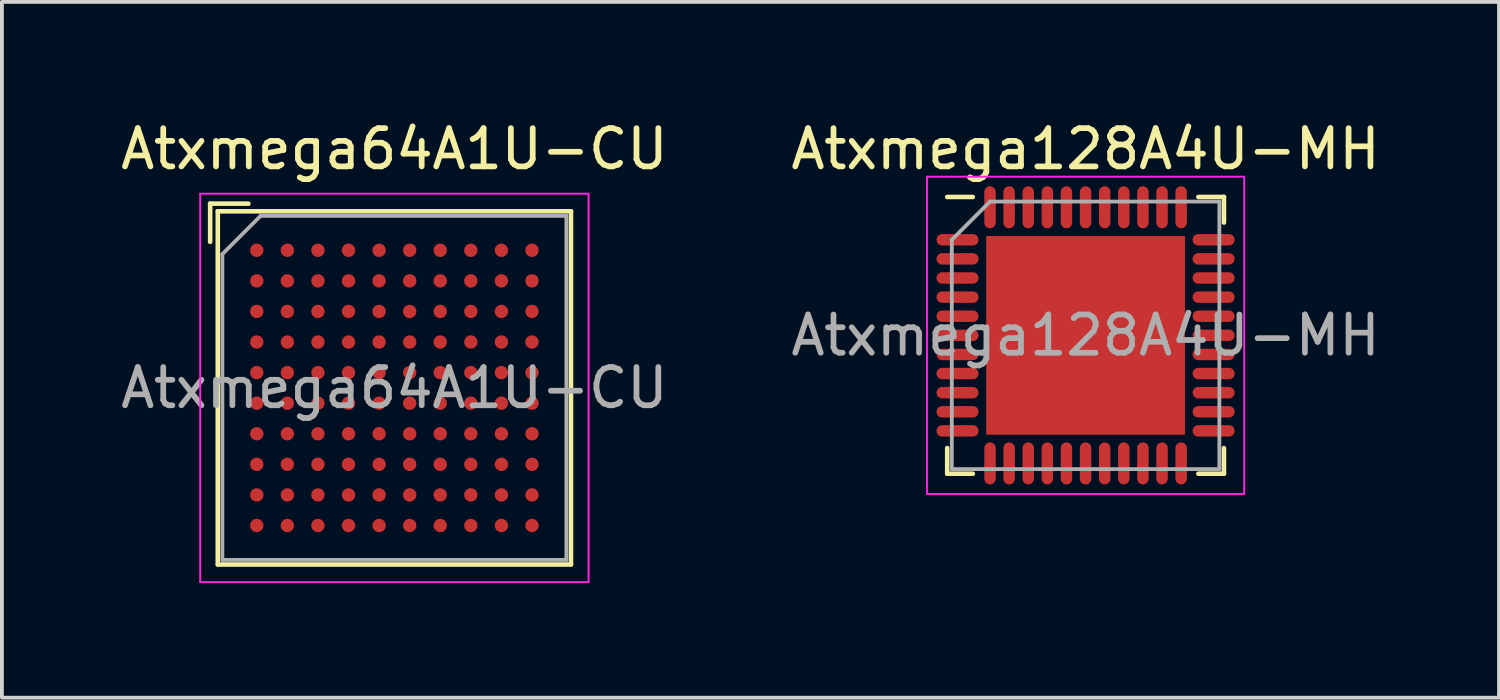
<source format=kicad_pcb>
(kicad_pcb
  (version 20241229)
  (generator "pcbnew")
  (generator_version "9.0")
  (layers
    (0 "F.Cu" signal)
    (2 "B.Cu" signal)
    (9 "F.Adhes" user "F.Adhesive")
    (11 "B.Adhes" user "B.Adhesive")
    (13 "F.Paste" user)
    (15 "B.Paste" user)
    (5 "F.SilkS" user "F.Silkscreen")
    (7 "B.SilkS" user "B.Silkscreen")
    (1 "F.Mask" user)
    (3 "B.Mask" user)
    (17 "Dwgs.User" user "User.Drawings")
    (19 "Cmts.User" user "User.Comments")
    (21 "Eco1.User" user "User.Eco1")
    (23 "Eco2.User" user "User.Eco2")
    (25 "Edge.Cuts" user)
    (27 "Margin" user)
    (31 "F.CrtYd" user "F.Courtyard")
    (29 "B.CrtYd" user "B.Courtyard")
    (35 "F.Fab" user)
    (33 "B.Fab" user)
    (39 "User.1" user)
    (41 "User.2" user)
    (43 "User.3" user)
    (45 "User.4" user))
  (footprint "Atxmega64A1U-CU"
    (layer "F.Cu")
    (at 7.268 7.098)
    (property "Reference" "Atxmega64A1U-CU" (at 0 -6.25 0) (layer "F.SilkS") (effects (font (size 1 1) (thickness 0.15))))
    (attr smd)
    (fp_line (start -4.82 -4.82) (end -3.82 -4.82) (stroke (width 0.12) (type solid)) (layer "F.SilkS"))
    (fp_line (start -4.82 -3.82) (end -4.82 -4.82) (stroke (width 0.12) (type solid)) (layer "F.SilkS"))
    (fp_line (start -4.62 -4.62) (end -4.62 4.62) (stroke (width 0.12) (type solid)) (layer "F.SilkS"))
    (fp_line (start -4.62 4.62) (end 4.62 4.62) (stroke (width 0.12) (type solid)) (layer "F.SilkS"))
    (fp_line (start 4.62 -4.62) (end -4.62 -4.62) (stroke (width 0.12) (type solid)) (layer "F.SilkS"))
    (fp_line (start 4.62 4.62) (end 4.62 -4.62) (stroke (width 0.12) (type solid)) (layer "F.SilkS"))
    (fp_line (start -5.08 -5.08) (end -5.08 5.08) (stroke (width 0.05) (type solid)) (layer "F.CrtYd"))
    (fp_line (start -5.08 -5.08) (end 5.08 -5.08) (stroke (width 0.05) (type solid)) (layer "F.CrtYd"))
    (fp_line (start 5.08 5.08) (end -5.08 5.08) (stroke (width 0.05) (type solid)) (layer "F.CrtYd"))
    (fp_line (start 5.08 5.08) (end 5.08 -5.08) (stroke (width 0.05) (type solid)) (layer "F.CrtYd"))
    (fp_line (start -4.5 -3.5) (end -4.5 4.5) (stroke (width 0.1) (type solid)) (layer "F.Fab"))
    (fp_line (start -4.5 4.5) (end 4.5 4.5) (stroke (width 0.1) (type solid)) (layer "F.Fab"))
    (fp_line (start -3.5 -4.5) (end -4.5 -3.5) (stroke (width 0.1) (type solid)) (layer "F.Fab"))
    (fp_line (start 4.5 -4.5) (end -3.5 -4.5) (stroke (width 0.1) (type solid)) (layer "F.Fab"))
    (fp_line (start 4.5 4.5) (end 4.5 -4.5) (stroke (width 0.1) (type solid)) (layer "F.Fab"))
    (fp_text user "${REFERENCE}" (at 0 0 0) (layer "F.Fab") (effects (font (size 1 1) (thickness 0.15))))
    (pad "A1" smd circle (at -3.6 -3.6) (size 0.35 0.35) (layers "F.Cu" "F.Mask" "F.Paste"))
    (pad "A2" smd circle (at -2.8 -3.6) (size 0.35 0.35) (layers "F.Cu" "F.Mask" "F.Paste"))
    (pad "A3" smd circle (at -2 -3.6) (size 0.35 0.35) (layers "F.Cu" "F.Mask" "F.Paste"))
    (pad "A4" smd circle (at -1.2 -3.6) (size 0.35 0.35) (layers "F.Cu" "F.Mask" "F.Paste"))
    (pad "A5" smd circle (at -0.4 -3.6) (size 0.35 0.35) (layers "F.Cu" "F.Mask" "F.Paste"))
    (pad "A6" smd circle (at 0.4 -3.6) (size 0.35 0.35) (layers "F.Cu" "F.Mask" "F.Paste"))
    (pad "A7" smd circle (at 1.2 -3.6) (size 0.35 0.35) (layers "F.Cu" "F.Mask" "F.Paste"))
    (pad "A8" smd circle (at 2 -3.6) (size 0.35 0.35) (layers "F.Cu" "F.Mask" "F.Paste"))
    (pad "A9" smd circle (at 2.8 -3.6) (size 0.35 0.35) (layers "F.Cu" "F.Mask" "F.Paste"))
    (pad "A10" smd circle (at 3.6 -3.6) (size 0.35 0.35) (layers "F.Cu" "F.Mask" "F.Paste"))
    (pad "B1" smd circle (at -3.6 -2.8) (size 0.35 0.35) (layers "F.Cu" "F.Mask" "F.Paste"))
    (pad "B2" smd circle (at -2.8 -2.8) (size 0.35 0.35) (layers "F.Cu" "F.Mask" "F.Paste"))
    (pad "B3" smd circle (at -2 -2.8) (size 0.35 0.35) (layers "F.Cu" "F.Mask" "F.Paste"))
    (pad "B4" smd circle (at -1.2 -2.8) (size 0.35 0.35) (layers "F.Cu" "F.Mask" "F.Paste"))
    (pad "B5" smd circle (at -0.4 -2.8) (size 0.35 0.35) (layers "F.Cu" "F.Mask" "F.Paste"))
    (pad "B6" smd circle (at 0.4 -2.8) (size 0.35 0.35) (layers "F.Cu" "F.Mask" "F.Paste"))
    (pad "B7" smd circle (at 1.2 -2.8) (size 0.35 0.35) (layers "F.Cu" "F.Mask" "F.Paste"))
    (pad "B8" smd circle (at 2 -2.8) (size 0.35 0.35) (layers "F.Cu" "F.Mask" "F.Paste"))
    (pad "B9" smd circle (at 2.8 -2.8) (size 0.35 0.35) (layers "F.Cu" "F.Mask" "F.Paste"))
    (pad "B10" smd circle (at 3.6 -2.8) (size 0.35 0.35) (layers "F.Cu" "F.Mask" "F.Paste"))
    (pad "C1" smd circle (at -3.6 -2) (size 0.35 0.35) (layers "F.Cu" "F.Mask" "F.Paste"))
    (pad "C2" smd circle (at -2.8 -2) (size 0.35 0.35) (layers "F.Cu" "F.Mask" "F.Paste"))
    (pad "C3" smd circle (at -2 -2) (size 0.35 0.35) (layers "F.Cu" "F.Mask" "F.Paste"))
    (pad "C4" smd circle (at -1.2 -2) (size 0.35 0.35) (layers "F.Cu" "F.Mask" "F.Paste"))
    (pad "C5" smd circle (at -0.4 -2) (size 0.35 0.35) (layers "F.Cu" "F.Mask" "F.Paste"))
    (pad "C6" smd circle (at 0.4 -2) (size 0.35 0.35) (layers "F.Cu" "F.Mask" "F.Paste"))
    (pad "C7" smd circle (at 1.2 -2) (size 0.35 0.35) (layers "F.Cu" "F.Mask" "F.Paste"))
    (pad "C8" smd circle (at 2 -2) (size 0.35 0.35) (layers "F.Cu" "F.Mask" "F.Paste"))
    (pad "C9" smd circle (at 2.8 -2) (size 0.35 0.35) (layers "F.Cu" "F.Mask" "F.Paste"))
    (pad "C10" smd circle (at 3.6 -2) (size 0.35 0.35) (layers "F.Cu" "F.Mask" "F.Paste"))
    (pad "D1" smd circle (at -3.6 -1.2) (size 0.35 0.35) (layers "F.Cu" "F.Mask" "F.Paste"))
    (pad "D2" smd circle (at -2.8 -1.2) (size 0.35 0.35) (layers "F.Cu" "F.Mask" "F.Paste"))
    (pad "D3" smd circle (at -2 -1.2) (size 0.35 0.35) (layers "F.Cu" "F.Mask" "F.Paste"))
    (pad "D4" smd circle (at -1.2 -1.2) (size 0.35 0.35) (layers "F.Cu" "F.Mask" "F.Paste"))
    (pad "D5" smd circle (at -0.4 -1.2) (size 0.35 0.35) (layers "F.Cu" "F.Mask" "F.Paste"))
    (pad "D6" smd circle (at 0.4 -1.2) (size 0.35 0.35) (layers "F.Cu" "F.Mask" "F.Paste"))
    (pad "D7" smd circle (at 1.2 -1.2) (size 0.35 0.35) (layers "F.Cu" "F.Mask" "F.Paste"))
    (pad "D8" smd circle (at 2 -1.2) (size 0.35 0.35) (layers "F.Cu" "F.Mask" "F.Paste"))
    (pad "D9" smd circle (at 2.8 -1.2) (size 0.35 0.35) (layers "F.Cu" "F.Mask" "F.Paste"))
    (pad "D10" smd circle (at 3.6 -1.2) (size 0.35 0.35) (layers "F.Cu" "F.Mask" "F.Paste"))
    (pad "E1" smd circle (at -3.6 -0.4) (size 0.35 0.35) (layers "F.Cu" "F.Mask" "F.Paste"))
    (pad "E2" smd circle (at -2.8 -0.4) (size 0.35 0.35) (layers "F.Cu" "F.Mask" "F.Paste"))
    (pad "E3" smd circle (at -2 -0.4) (size 0.35 0.35) (layers "F.Cu" "F.Mask" "F.Paste"))
    (pad "E4" smd circle (at -1.2 -0.4) (size 0.35 0.35) (layers "F.Cu" "F.Mask" "F.Paste"))
    (pad "E5" smd circle (at -0.4 -0.4) (size 0.35 0.35) (layers "F.Cu" "F.Mask" "F.Paste"))
    (pad "E6" smd circle (at 0.4 -0.4) (size 0.35 0.35) (layers "F.Cu" "F.Mask" "F.Paste"))
    (pad "E7" smd circle (at 1.2 -0.4) (size 0.35 0.35) (layers "F.Cu" "F.Mask" "F.Paste"))
    (pad "E8" smd circle (at 2 -0.4) (size 0.35 0.35) (layers "F.Cu" "F.Mask" "F.Paste"))
    (pad "E9" smd circle (at 2.8 -0.4) (size 0.35 0.35) (layers "F.Cu" "F.Mask" "F.Paste"))
    (pad "E10" smd circle (at 3.6 -0.4) (size 0.35 0.35) (layers "F.Cu" "F.Mask" "F.Paste"))
    (pad "F1" smd circle (at -3.6 0.4) (size 0.35 0.35) (layers "F.Cu" "F.Mask" "F.Paste"))
    (pad "F2" smd circle (at -2.8 0.4) (size 0.35 0.35) (layers "F.Cu" "F.Mask" "F.Paste"))
    (pad "F3" smd circle (at -2 0.4) (size 0.35 0.35) (layers "F.Cu" "F.Mask" "F.Paste"))
    (pad "F4" smd circle (at -1.2 0.4) (size 0.35 0.35) (layers "F.Cu" "F.Mask" "F.Paste"))
    (pad "F5" smd circle (at -0.4 0.4) (size 0.35 0.35) (layers "F.Cu" "F.Mask" "F.Paste"))
    (pad "F6" smd circle (at 0.4 0.4) (size 0.35 0.35) (layers "F.Cu" "F.Mask" "F.Paste"))
    (pad "F7" smd circle (at 1.2 0.4) (size 0.35 0.35) (layers "F.Cu" "F.Mask" "F.Paste"))
    (pad "F8" smd circle (at 2 0.4) (size 0.35 0.35) (layers "F.Cu" "F.Mask" "F.Paste"))
    (pad "F9" smd circle (at 2.8 0.4) (size 0.35 0.35) (layers "F.Cu" "F.Mask" "F.Paste"))
    (pad "F10" smd circle (at 3.6 0.4) (size 0.35 0.35) (layers "F.Cu" "F.Mask" "F.Paste"))
    (pad "G1" smd circle (at -3.6 1.2) (size 0.35 0.35) (layers "F.Cu" "F.Mask" "F.Paste"))
    (pad "G2" smd circle (at -2.8 1.2) (size 0.35 0.35) (layers "F.Cu" "F.Mask" "F.Paste"))
    (pad "G3" smd circle (at -2 1.2) (size 0.35 0.35) (layers "F.Cu" "F.Mask" "F.Paste"))
    (pad "G4" smd circle (at -1.2 1.2) (size 0.35 0.35) (layers "F.Cu" "F.Mask" "F.Paste"))
    (pad "G5" smd circle (at -0.4 1.2) (size 0.35 0.35) (layers "F.Cu" "F.Mask" "F.Paste"))
    (pad "G6" smd circle (at 0.4 1.2) (size 0.35 0.35) (layers "F.Cu" "F.Mask" "F.Paste"))
    (pad "G7" smd circle (at 1.2 1.2) (size 0.35 0.35) (layers "F.Cu" "F.Mask" "F.Paste"))
    (pad "G8" smd circle (at 2 1.2) (size 0.35 0.35) (layers "F.Cu" "F.Mask" "F.Paste"))
    (pad "G9" smd circle (at 2.8 1.2) (size 0.35 0.35) (layers "F.Cu" "F.Mask" "F.Paste"))
    (pad "G10" smd circle (at 3.6 1.2) (size 0.35 0.35) (layers "F.Cu" "F.Mask" "F.Paste"))
    (pad "H1" smd circle (at -3.6 2) (size 0.35 0.35) (layers "F.Cu" "F.Mask" "F.Paste"))
    (pad "H2" smd circle (at -2.8 2) (size 0.35 0.35) (layers "F.Cu" "F.Mask" "F.Paste"))
    (pad "H3" smd circle (at -2 2) (size 0.35 0.35) (layers "F.Cu" "F.Mask" "F.Paste"))
    (pad "H4" smd circle (at -1.2 2) (size 0.35 0.35) (layers "F.Cu" "F.Mask" "F.Paste"))
    (pad "H5" smd circle (at -0.4 2) (size 0.35 0.35) (layers "F.Cu" "F.Mask" "F.Paste"))
    (pad "H6" smd circle (at 0.4 2) (size 0.35 0.35) (layers "F.Cu" "F.Mask" "F.Paste"))
    (pad "H7" smd circle (at 1.2 2) (size 0.35 0.35) (layers "F.Cu" "F.Mask" "F.Paste"))
    (pad "H8" smd circle (at 2 2) (size 0.35 0.35) (layers "F.Cu" "F.Mask" "F.Paste"))
    (pad "H9" smd circle (at 2.8 2) (size 0.35 0.35) (layers "F.Cu" "F.Mask" "F.Paste"))
    (pad "H10" smd circle (at 3.6 2) (size 0.35 0.35) (layers "F.Cu" "F.Mask" "F.Paste"))
    (pad "J1" smd circle (at -3.6 2.8) (size 0.35 0.35) (layers "F.Cu" "F.Mask" "F.Paste"))
    (pad "J2" smd circle (at -2.8 2.8) (size 0.35 0.35) (layers "F.Cu" "F.Mask" "F.Paste"))
    (pad "J3" smd circle (at -2 2.8) (size 0.35 0.35) (layers "F.Cu" "F.Mask" "F.Paste"))
    (pad "J4" smd circle (at -1.2 2.8) (size 0.35 0.35) (layers "F.Cu" "F.Mask" "F.Paste"))
    (pad "J5" smd circle (at -0.4 2.8) (size 0.35 0.35) (layers "F.Cu" "F.Mask" "F.Paste"))
    (pad "J6" smd circle (at 0.4 2.8) (size 0.35 0.35) (layers "F.Cu" "F.Mask" "F.Paste"))
    (pad "J7" smd circle (at 1.2 2.8) (size 0.35 0.35) (layers "F.Cu" "F.Mask" "F.Paste"))
    (pad "J8" smd circle (at 2 2.8) (size 0.35 0.35) (layers "F.Cu" "F.Mask" "F.Paste"))
    (pad "J9" smd circle (at 2.8 2.8) (size 0.35 0.35) (layers "F.Cu" "F.Mask" "F.Paste"))
    (pad "J10" smd circle (at 3.6 2.8) (size 0.35 0.35) (layers "F.Cu" "F.Mask" "F.Paste"))
    (pad "K1" smd circle (at -3.6 3.6) (size 0.35 0.35) (layers "F.Cu" "F.Mask" "F.Paste"))
    (pad "K2" smd circle (at -2.8 3.6) (size 0.35 0.35) (layers "F.Cu" "F.Mask" "F.Paste"))
    (pad "K3" smd circle (at -2 3.6) (size 0.35 0.35) (layers "F.Cu" "F.Mask" "F.Paste"))
    (pad "K4" smd circle (at -1.2 3.6) (size 0.35 0.35) (layers "F.Cu" "F.Mask" "F.Paste"))
    (pad "K5" smd circle (at -0.4 3.6) (size 0.35 0.35) (layers "F.Cu" "F.Mask" "F.Paste"))
    (pad "K6" smd circle (at 0.4 3.6) (size 0.35 0.35) (layers "F.Cu" "F.Mask" "F.Paste"))
    (pad "K7" smd circle (at 1.2 3.6) (size 0.35 0.35) (layers "F.Cu" "F.Mask" "F.Paste"))
    (pad "K8" smd circle (at 2 3.6) (size 0.35 0.35) (layers "F.Cu" "F.Mask" "F.Paste"))
    (pad "K9" smd circle (at 2.8 3.6) (size 0.35 0.35) (layers "F.Cu" "F.Mask" "F.Paste"))
    (pad "K10" smd circle (at 3.6 3.6) (size 0.35 0.35) (layers "F.Cu" "F.Mask" "F.Paste")))
  (footprint "Atxmega128A4U-MH"
    (layer "F.Cu")
    (at 25.351 5.723)
    (property "Reference" "Atxmega128A4U-MH" (at 0 -4.875 0) (layer "F.SilkS") (effects (font (size 1 1) (thickness 0.15))))
    (attr smd)
    (fp_line (start -3.62 -3.62) (end -2.95 -3.62) (stroke (width 0.12) (type solid)) (layer "F.SilkS"))
    (fp_line (start -3.62 3.62) (end -3.62 2.95) (stroke (width 0.12) (type solid)) (layer "F.SilkS"))
    (fp_line (start -3.62 3.62) (end -2.95 3.62) (stroke (width 0.12) (type solid)) (layer "F.SilkS"))
    (fp_line (start 3.62 -3.62) (end 2.95 -3.62) (stroke (width 0.12) (type solid)) (layer "F.SilkS"))
    (fp_line (start 3.62 -3.62) (end 3.62 -2.95) (stroke (width 0.12) (type solid)) (layer "F.SilkS"))
    (fp_line (start 3.62 3.62) (end 2.95 3.62) (stroke (width 0.12) (type solid)) (layer "F.SilkS"))
    (fp_line (start 3.62 3.62) (end 3.62 2.95) (stroke (width 0.12) (type solid)) (layer "F.SilkS"))
    (fp_line (start -4.15 -4.15) (end -4.15 4.15) (stroke (width 0.05) (type solid)) (layer "F.CrtYd"))
    (fp_line (start -4.15 -4.15) (end 4.15 -4.15) (stroke (width 0.05) (type solid)) (layer "F.CrtYd"))
    (fp_line (start -4.15 4.15) (end 4.15 4.15) (stroke (width 0.05) (type solid)) (layer "F.CrtYd"))
    (fp_line (start 4.15 -4.15) (end 4.15 4.15) (stroke (width 0.05) (type solid)) (layer "F.CrtYd"))
    (fp_line (start -3.5 -2.5) (end -2.5 -3.5) (stroke (width 0.1) (type solid)) (layer "F.Fab"))
    (fp_line (start -3.5 3.5) (end -3.5 -2.5) (stroke (width 0.1) (type solid)) (layer "F.Fab"))
    (fp_line (start -2.5 -3.5) (end 3.5 -3.5) (stroke (width 0.1) (type solid)) (layer "F.Fab"))
    (fp_line (start 3.5 -3.5) (end 3.5 3.5) (stroke (width 0.1) (type solid)) (layer "F.Fab"))
    (fp_line (start 3.5 3.5) (end -3.5 3.5) (stroke (width 0.1) (type solid)) (layer "F.Fab"))
    (fp_text user "${REFERENCE}" (at 0 0 0) (layer "F.Fab") (effects (font (size 1 1) (thickness 0.15))))
    (pad "" smd rect (at -2.06 -2.06) (size 0.83 0.83) (layers "F.Paste"))
    (pad "" smd rect (at -2.06 -1.03) (size 0.83 0.83) (layers "F.Paste"))
    (pad "" smd rect (at -2.06 0) (size 0.83 0.83) (layers "F.Paste"))
    (pad "" smd rect (at -2.06 1.03) (size 0.83 0.83) (layers "F.Paste"))
    (pad "" smd rect (at -2.06 2.06) (size 0.83 0.83) (layers "F.Paste"))
    (pad "" smd rect (at -1.03 -2.06) (size 0.83 0.83) (layers "F.Paste"))
    (pad "" smd rect (at -1.03 -1.03) (size 0.83 0.83) (layers "F.Paste"))
    (pad "" smd rect (at -1.03 0) (size 0.83 0.83) (layers "F.Paste"))
    (pad "" smd rect (at -1.03 1.03) (size 0.83 0.83) (layers "F.Paste"))
    (pad "" smd rect (at -1.03 2.06) (size 0.83 0.83) (layers "F.Paste"))
    (pad "" smd rect (at 0 -2.06) (size 0.83 0.83) (layers "F.Paste"))
    (pad "" smd rect (at 0 -1.03) (size 0.83 0.83) (layers "F.Paste"))
    (pad "" smd rect (at 0 0) (size 0.83 0.83) (layers "F.Paste"))
    (pad "" smd rect (at 0 1.03) (size 0.83 0.83) (layers "F.Paste"))
    (pad "" smd rect (at 0 2.06) (size 0.83 0.83) (layers "F.Paste"))
    (pad "" smd rect (at 1.03 -2.06) (size 0.83 0.83) (layers "F.Paste"))
    (pad "" smd rect (at 1.03 -1.03) (size 0.83 0.83) (layers "F.Paste"))
    (pad "" smd rect (at 1.03 0) (size 0.83 0.83) (layers "F.Paste"))
    (pad "" smd rect (at 1.03 1.03) (size 0.83 0.83) (layers "F.Paste"))
    (pad "" smd rect (at 1.03 2.06) (size 0.83 0.83) (layers "F.Paste"))
    (pad "" smd rect (at 2.06 -2.06) (size 0.83 0.83) (layers "F.Paste"))
    (pad "" smd rect (at 2.06 -1.03) (size 0.83 0.83) (layers "F.Paste"))
    (pad "" smd rect (at 2.06 0) (size 0.83 0.83) (layers "F.Paste"))
    (pad "" smd rect (at 2.06 1.03) (size 0.83 0.83) (layers "F.Paste"))
    (pad "" smd rect (at 2.06 2.06) (size 0.83 0.83) (layers "F.Paste"))
    (pad "1" smd oval (at -3.35 -2.5) (size 1.1 0.3) (layers "F.Cu" "F.Mask" "F.Paste"))
    (pad "2" smd oval (at -3.35 -2) (size 1.1 0.3) (layers "F.Cu" "F.Mask" "F.Paste"))
    (pad "3" smd oval (at -3.35 -1.5) (size 1.1 0.3) (layers "F.Cu" "F.Mask" "F.Paste"))
    (pad "4" smd oval (at -3.35 -1) (size 1.1 0.3) (layers "F.Cu" "F.Mask" "F.Paste"))
    (pad "5" smd oval (at -3.35 -0.5) (size 1.1 0.3) (layers "F.Cu" "F.Mask" "F.Paste"))
    (pad "6" smd oval (at -3.35 0) (size 1.1 0.3) (layers "F.Cu" "F.Mask" "F.Paste"))
    (pad "7" smd oval (at -3.35 0.5) (size 1.1 0.3) (layers "F.Cu" "F.Mask" "F.Paste"))
    (pad "8" smd oval (at -3.35 1) (size 1.1 0.3) (layers "F.Cu" "F.Mask" "F.Paste"))
    (pad "9" smd oval (at -3.35 1.5) (size 1.1 0.3) (layers "F.Cu" "F.Mask" "F.Paste"))
    (pad "10" smd oval (at -3.35 2) (size 1.1 0.3) (layers "F.Cu" "F.Mask" "F.Paste"))
    (pad "11" smd oval (at -3.35 2.5) (size 1.1 0.3) (layers "F.Cu" "F.Mask" "F.Paste"))
    (pad "12" smd oval (at -2.5 3.35 90) (size 1.1 0.3) (layers "F.Cu" "F.Mask" "F.Paste"))
    (pad "13" smd oval (at -2 3.35 90) (size 1.1 0.3) (layers "F.Cu" "F.Mask" "F.Paste"))
    (pad "14" smd oval (at -1.5 3.35 90) (size 1.1 0.3) (layers "F.Cu" "F.Mask" "F.Paste"))
    (pad "15" smd oval (at -1 3.35 90) (size 1.1 0.3) (layers "F.Cu" "F.Mask" "F.Paste"))
    (pad "16" smd oval (at -0.5 3.35 90) (size 1.1 0.3) (layers "F.Cu" "F.Mask" "F.Paste"))
    (pad "17" smd oval (at 0 3.35 90) (size 1.1 0.3) (layers "F.Cu" "F.Mask" "F.Paste"))
    (pad "18" smd oval (at 0.5 3.35 90) (size 1.1 0.3) (layers "F.Cu" "F.Mask" "F.Paste"))
    (pad "19" smd oval (at 1 3.35 90) (size 1.1 0.3) (layers "F.Cu" "F.Mask" "F.Paste"))
    (pad "20" smd oval (at 1.5 3.35 90) (size 1.1 0.3) (layers "F.Cu" "F.Mask" "F.Paste"))
    (pad "21" smd oval (at 2 3.35 90) (size 1.1 0.3) (layers "F.Cu" "F.Mask" "F.Paste"))
    (pad "22" smd oval (at 2.5 3.35 90) (size 1.1 0.3) (layers "F.Cu" "F.Mask" "F.Paste"))
    (pad "23" smd oval (at 3.35 2.5) (size 1.1 0.3) (layers "F.Cu" "F.Mask" "F.Paste"))
    (pad "24" smd oval (at 3.35 2) (size 1.1 0.3) (layers "F.Cu" "F.Mask" "F.Paste"))
    (pad "25" smd oval (at 3.35 1.5) (size 1.1 0.3) (layers "F.Cu" "F.Mask" "F.Paste"))
    (pad "26" smd oval (at 3.35 1) (size 1.1 0.3) (layers "F.Cu" "F.Mask" "F.Paste"))
    (pad "27" smd oval (at 3.35 0.5) (size 1.1 0.3) (layers "F.Cu" "F.Mask" "F.Paste"))
    (pad "28" smd oval (at 3.35 0) (size 1.1 0.3) (layers "F.Cu" "F.Mask" "F.Paste"))
    (pad "29" smd oval (at 3.35 -0.5) (size 1.1 0.3) (layers "F.Cu" "F.Mask" "F.Paste"))
    (pad "30" smd oval (at 3.35 -1) (size 1.1 0.3) (layers "F.Cu" "F.Mask" "F.Paste"))
    (pad "31" smd oval (at 3.35 -1.5) (size 1.1 0.3) (layers "F.Cu" "F.Mask" "F.Paste"))
    (pad "32" smd oval (at 3.35 -2) (size 1.1 0.3) (layers "F.Cu" "F.Mask" "F.Paste"))
    (pad "33" smd oval (at 3.35 -2.5) (size 1.1 0.3) (layers "F.Cu" "F.Mask" "F.Paste"))
    (pad "34" smd oval (at 2.5 -3.35 90) (size 1.1 0.3) (layers "F.Cu" "F.Mask" "F.Paste"))
    (pad "35" smd oval (at 2 -3.35 90) (size 1.1 0.3) (layers "F.Cu" "F.Mask" "F.Paste"))
    (pad "36" smd oval (at 1.5 -3.35 90) (size 1.1 0.3) (layers "F.Cu" "F.Mask" "F.Paste"))
    (pad "37" smd oval (at 1 -3.35 90) (size 1.1 0.3) (layers "F.Cu" "F.Mask" "F.Paste"))
    (pad "38" smd oval (at 0.5 -3.35 90) (size 1.1 0.3) (layers "F.Cu" "F.Mask" "F.Paste"))
    (pad "39" smd oval (at 0 -3.35 90) (size 1.1 0.3) (layers "F.Cu" "F.Mask" "F.Paste"))
    (pad "40" smd oval (at -0.5 -3.35 90) (size 1.1 0.3) (layers "F.Cu" "F.Mask" "F.Paste"))
    (pad "41" smd oval (at -1 -3.35 90) (size 1.1 0.3) (layers "F.Cu" "F.Mask" "F.Paste"))
    (pad "42" smd oval (at -1.5 -3.35 90) (size 1.1 0.3) (layers "F.Cu" "F.Mask" "F.Paste"))
    (pad "43" smd oval (at -2 -3.35 90) (size 1.1 0.3) (layers "F.Cu" "F.Mask" "F.Paste"))
    (pad "44" smd oval (at -2.5 -3.35 90) (size 1.1 0.3) (layers "F.Cu" "F.Mask" "F.Paste"))
    (pad "45" smd rect (at 0 0) (size 5.2 5.2) (layers "F.Cu" "F.Mask")))
  (gr_rect
    (start -3 -3)
    (end 36.167 15.203)
    (stroke (width 0.1) (type default))
    (fill no)
    (layer "Edge.Cuts")))
</source>
